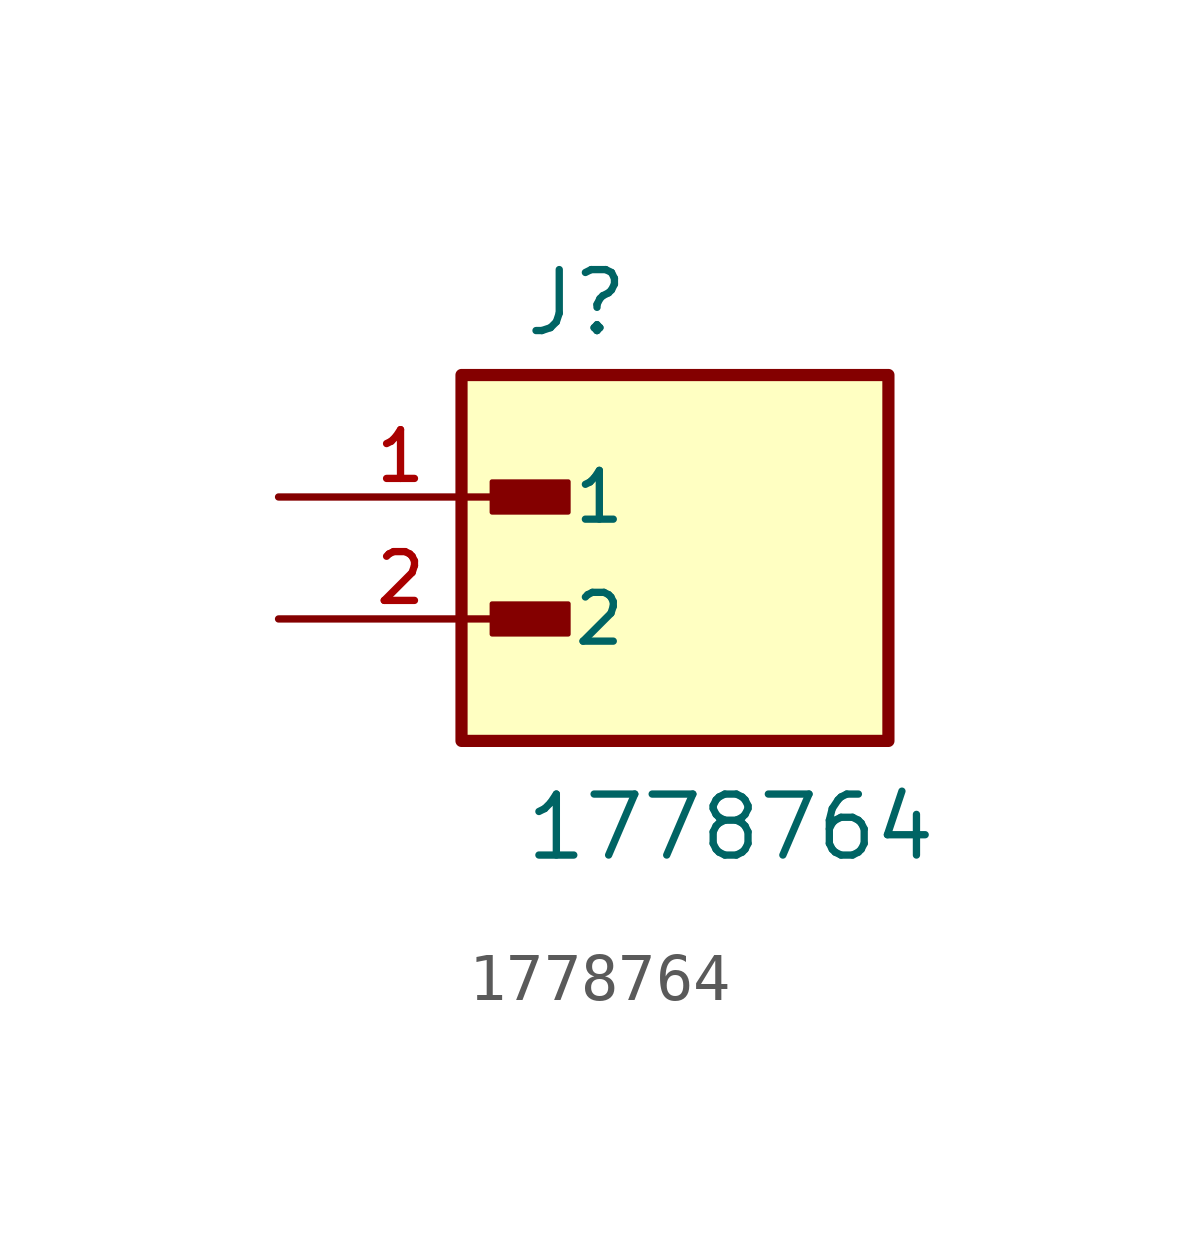
<source format=kicad_sym>
(kicad_symbol_lib
  (version 20211014)
  (generator kicad_symbol_editor)
  (symbol "1778764"
    (pin_names
      (offset 1.016))
    (property "Reference" "J"
      (at -2.54 3.302 0)
      (effects (font (size 1.27 1.27)) (justify bottom left)))
    (property "Value" "1778764"
      (at -2.54 -7.62 0)
      (effects (font (size 1.27 1.27)) (justify bottom left)))
    (symbol "1778764_0_0"
      (rectangle (start -3.175 -0.318) (end -1.587 0.318) (stroke (width 0.1)) (fill (type outline)))
      (rectangle (start -3.175 -2.857) (end -1.587 -2.223) (stroke (width 0.1)) (fill (type outline)))
      (rectangle (start -3.81 -5.08) (end 5.08 2.54) (stroke (width 0.254)) (fill (type background)))
      (pin passive line (at -7.62 0.0 0) (length 5.08) (name "1" (effects (font (size 1.016 1.016)))) (number "1" (effects (font (size 1.016 1.016)))))
      (pin passive line (at -7.62 -2.54 0) (length 5.08) (name "2" (effects (font (size 1.016 1.016)))) (number "2" (effects (font (size 1.016 1.016))))))))
</source>
